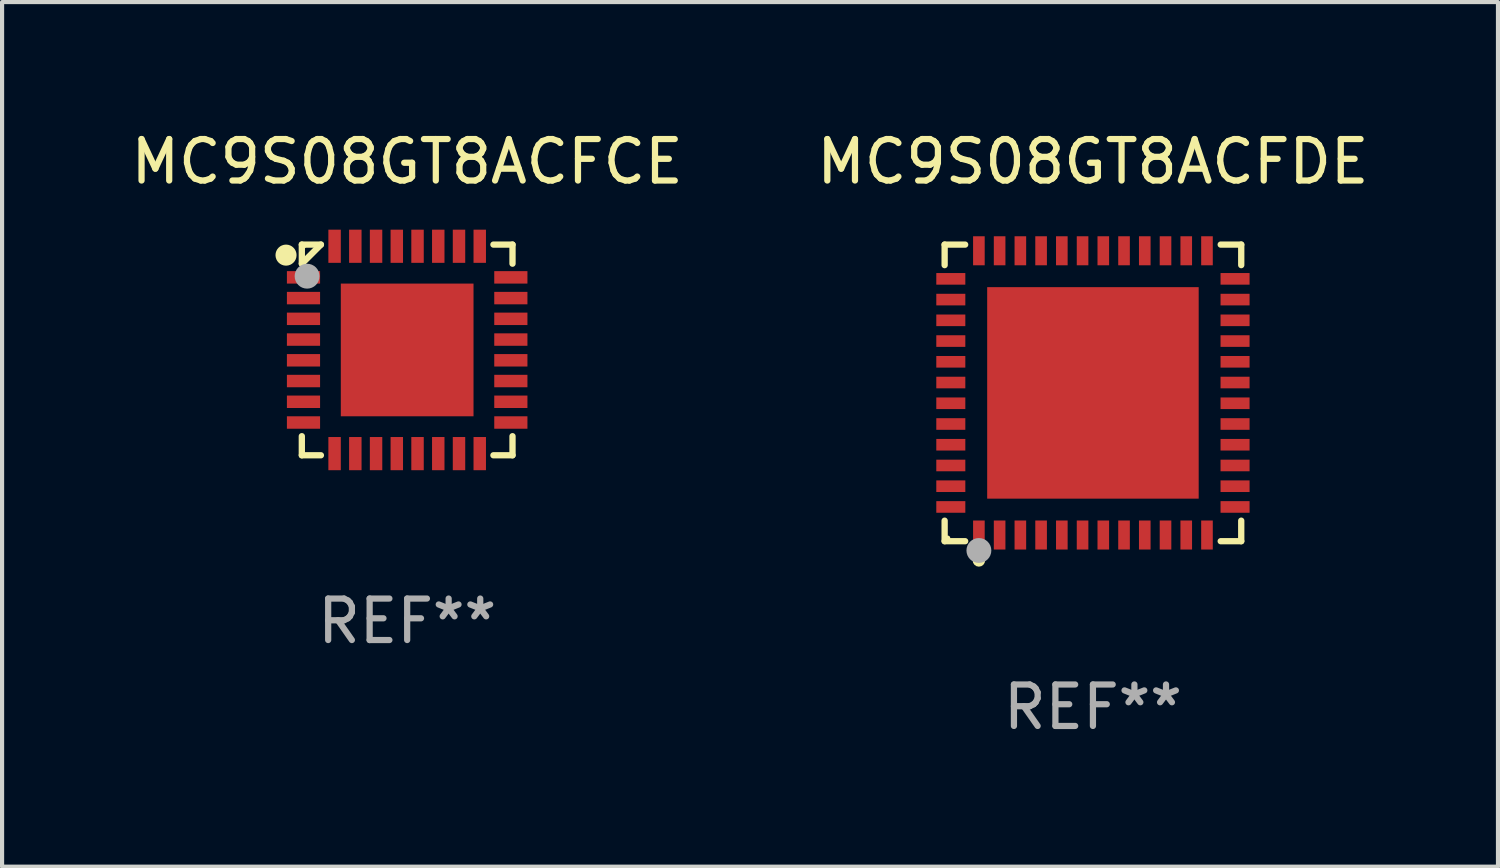
<source format=kicad_pcb>
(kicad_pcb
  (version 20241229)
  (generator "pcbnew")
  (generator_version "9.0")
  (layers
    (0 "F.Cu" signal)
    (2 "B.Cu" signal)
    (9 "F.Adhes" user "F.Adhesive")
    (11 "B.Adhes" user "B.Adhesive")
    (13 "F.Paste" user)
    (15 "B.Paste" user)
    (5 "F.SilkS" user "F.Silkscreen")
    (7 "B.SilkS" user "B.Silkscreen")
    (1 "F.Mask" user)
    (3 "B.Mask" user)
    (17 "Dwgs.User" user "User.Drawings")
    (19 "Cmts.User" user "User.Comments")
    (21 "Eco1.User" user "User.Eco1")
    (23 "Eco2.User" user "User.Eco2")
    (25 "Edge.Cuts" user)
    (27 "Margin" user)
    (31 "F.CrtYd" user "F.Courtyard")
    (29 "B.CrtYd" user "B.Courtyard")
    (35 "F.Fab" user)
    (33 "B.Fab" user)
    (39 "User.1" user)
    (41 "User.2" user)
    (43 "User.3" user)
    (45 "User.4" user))
  (footprint "MC9S08GT8ACFDE"
    (layer "F.Cu")
    (at 23.304 6.424)
    (property "Reference" "MC9S08GT8ACFDE" (at 0 -5.576 0) (layer "F.SilkS") (effects (font (size 1 1) (thickness 0.15))))
    (attr through_hole)
    (fp_line (start -3.576 -3.576) (end -3.081 -3.576) (stroke (width 0.152) (type solid)) (layer "F.SilkS"))
    (fp_line (start -3.576 -3.081) (end -3.576 -3.576) (stroke (width 0.152) (type solid)) (layer "F.SilkS"))
    (fp_line (start -3.576 3.081) (end -3.576 3.576) (stroke (width 0.152) (type solid)) (layer "F.SilkS"))
    (fp_line (start -3.576 3.576) (end -3.081 3.576) (stroke (width 0.152) (type solid)) (layer "F.SilkS"))
    (fp_line (start 3.576 -3.576) (end 3.081 -3.576) (stroke (width 0.152) (type solid)) (layer "F.SilkS"))
    (fp_line (start 3.576 -3.081) (end 3.576 -3.576) (stroke (width 0.152) (type solid)) (layer "F.SilkS"))
    (fp_line (start 3.576 3.081) (end 3.576 3.576) (stroke (width 0.152) (type solid)) (layer "F.SilkS"))
    (fp_line (start 3.576 3.576) (end 3.081 3.576) (stroke (width 0.152) (type solid)) (layer "F.SilkS"))
    (fp_circle (center -3.5 3.5) (end -3.47 3.5) (stroke (width 0.06) (type solid)) (fill no) (layer "F.SilkS"))
    (fp_circle (center -2.75 4.04) (end -2.675 4.04) (stroke (width 0.15) (type solid)) (fill no) (layer "F.SilkS"))
    (fp_circle (center -2.75 3.8) (end -2.6 3.8) (stroke (width 0.3) (type solid)) (fill no) (layer "F.Fab"))
    (fp_text user "REF**" (at 0 7.576 0) (layer "F.Fab") (effects (font (size 1 1) (thickness 0.15))))
    (pad "1" smd rect (at -2.75 3.427) (size 0.28 0.7) (layers "F.Cu" "F.Mask" "F.Paste"))
    (pad "2" smd rect (at -2.25 3.427) (size 0.28 0.7) (layers "F.Cu" "F.Mask" "F.Paste"))
    (pad "3" smd rect (at -1.75 3.427) (size 0.28 0.7) (layers "F.Cu" "F.Mask" "F.Paste"))
    (pad "4" smd rect (at -1.25 3.427) (size 0.28 0.7) (layers "F.Cu" "F.Mask" "F.Paste"))
    (pad "5" smd rect (at -0.75 3.427) (size 0.28 0.7) (layers "F.Cu" "F.Mask" "F.Paste"))
    (pad "6" smd rect (at -0.25 3.427) (size 0.28 0.7) (layers "F.Cu" "F.Mask" "F.Paste"))
    (pad "7" smd rect (at 0.25 3.427) (size 0.28 0.7) (layers "F.Cu" "F.Mask" "F.Paste"))
    (pad "8" smd rect (at 0.75 3.427) (size 0.28 0.7) (layers "F.Cu" "F.Mask" "F.Paste"))
    (pad "9" smd rect (at 1.25 3.427) (size 0.28 0.7) (layers "F.Cu" "F.Mask" "F.Paste"))
    (pad "10" smd rect (at 1.75 3.427) (size 0.28 0.7) (layers "F.Cu" "F.Mask" "F.Paste"))
    (pad "11" smd rect (at 2.25 3.427) (size 0.28 0.7) (layers "F.Cu" "F.Mask" "F.Paste"))
    (pad "12" smd rect (at 2.75 3.427) (size 0.28 0.7) (layers "F.Cu" "F.Mask" "F.Paste"))
    (pad "13" smd rect (at 3.427 2.75) (size 0.7 0.28) (layers "F.Cu" "F.Mask" "F.Paste"))
    (pad "14" smd rect (at 3.427 2.25) (size 0.7 0.28) (layers "F.Cu" "F.Mask" "F.Paste"))
    (pad "15" smd rect (at 3.427 1.75) (size 0.7 0.28) (layers "F.Cu" "F.Mask" "F.Paste"))
    (pad "16" smd rect (at 3.427 1.25) (size 0.7 0.28) (layers "F.Cu" "F.Mask" "F.Paste"))
    (pad "17" smd rect (at 3.427 0.75) (size 0.7 0.28) (layers "F.Cu" "F.Mask" "F.Paste"))
    (pad "18" smd rect (at 3.427 0.25) (size 0.7 0.28) (layers "F.Cu" "F.Mask" "F.Paste"))
    (pad "19" smd rect (at 3.427 -0.25) (size 0.7 0.28) (layers "F.Cu" "F.Mask" "F.Paste"))
    (pad "20" smd rect (at 3.427 -0.75) (size 0.7 0.28) (layers "F.Cu" "F.Mask" "F.Paste"))
    (pad "21" smd rect (at 3.427 -1.25) (size 0.7 0.28) (layers "F.Cu" "F.Mask" "F.Paste"))
    (pad "22" smd rect (at 3.427 -1.75) (size 0.7 0.28) (layers "F.Cu" "F.Mask" "F.Paste"))
    (pad "23" smd rect (at 3.427 -2.25) (size 0.7 0.28) (layers "F.Cu" "F.Mask" "F.Paste"))
    (pad "24" smd rect (at 3.427 -2.75) (size 0.7 0.28) (layers "F.Cu" "F.Mask" "F.Paste"))
    (pad "25" smd rect (at 2.75 -3.427) (size 0.28 0.7) (layers "F.Cu" "F.Mask" "F.Paste"))
    (pad "26" smd rect (at 2.25 -3.427) (size 0.28 0.7) (layers "F.Cu" "F.Mask" "F.Paste"))
    (pad "27" smd rect (at 1.75 -3.427) (size 0.28 0.7) (layers "F.Cu" "F.Mask" "F.Paste"))
    (pad "28" smd rect (at 1.25 -3.427) (size 0.28 0.7) (layers "F.Cu" "F.Mask" "F.Paste"))
    (pad "29" smd rect (at 0.75 -3.427) (size 0.28 0.7) (layers "F.Cu" "F.Mask" "F.Paste"))
    (pad "30" smd rect (at 0.25 -3.427) (size 0.28 0.7) (layers "F.Cu" "F.Mask" "F.Paste"))
    (pad "31" smd rect (at -0.25 -3.427) (size 0.28 0.7) (layers "F.Cu" "F.Mask" "F.Paste"))
    (pad "32" smd rect (at -0.75 -3.427) (size 0.28 0.7) (layers "F.Cu" "F.Mask" "F.Paste"))
    (pad "33" smd rect (at -1.25 -3.427) (size 0.28 0.7) (layers "F.Cu" "F.Mask" "F.Paste"))
    (pad "34" smd rect (at -1.75 -3.427) (size 0.28 0.7) (layers "F.Cu" "F.Mask" "F.Paste"))
    (pad "35" smd rect (at -2.25 -3.427) (size 0.28 0.7) (layers "F.Cu" "F.Mask" "F.Paste"))
    (pad "36" smd rect (at -2.75 -3.427) (size 0.28 0.7) (layers "F.Cu" "F.Mask" "F.Paste"))
    (pad "37" smd rect (at -3.427 -2.75) (size 0.7 0.28) (layers "F.Cu" "F.Mask" "F.Paste"))
    (pad "38" smd rect (at -3.427 -2.25) (size 0.7 0.28) (layers "F.Cu" "F.Mask" "F.Paste"))
    (pad "39" smd rect (at -3.427 -1.75) (size 0.7 0.28) (layers "F.Cu" "F.Mask" "F.Paste"))
    (pad "40" smd rect (at -3.427 -1.25) (size 0.7 0.28) (layers "F.Cu" "F.Mask" "F.Paste"))
    (pad "41" smd rect (at -3.427 -0.75) (size 0.7 0.28) (layers "F.Cu" "F.Mask" "F.Paste"))
    (pad "42" smd rect (at -3.427 -0.25) (size 0.7 0.28) (layers "F.Cu" "F.Mask" "F.Paste"))
    (pad "43" smd rect (at -3.427 0.25) (size 0.7 0.28) (layers "F.Cu" "F.Mask" "F.Paste"))
    (pad "44" smd rect (at -3.427 0.75) (size 0.7 0.28) (layers "F.Cu" "F.Mask" "F.Paste"))
    (pad "45" smd rect (at -3.427 1.25) (size 0.7 0.28) (layers "F.Cu" "F.Mask" "F.Paste"))
    (pad "46" smd rect (at -3.427 1.75) (size 0.7 0.28) (layers "F.Cu" "F.Mask" "F.Paste"))
    (pad "47" smd rect (at -3.427 2.25) (size 0.7 0.28) (layers "F.Cu" "F.Mask" "F.Paste"))
    (pad "48" smd rect (at -3.427 2.75) (size 0.7 0.28) (layers "F.Cu" "F.Mask" "F.Paste"))
    (pad "49" smd rect (at 0 0) (size 5.1 5.1) (layers "F.Cu" "F.Mask" "F.Paste")))
  (footprint "MC9S08GT8ACFCE"
    (layer "F.Cu")
    (at 6.768 5.388)
    (property "Reference" "MC9S08GT8ACFCE" (at 0 -4.54 0) (layer "F.SilkS") (effects (font (size 1 1) (thickness 0.15))))
    (attr through_hole)
    (fp_line (start -2.54 -2.54) (end -2.08 -2.54) (stroke (width 0.152) (type solid)) (layer "F.SilkS"))
    (fp_line (start -2.54 -2.08) (end -2.54 -2.54) (stroke (width 0.152) (type solid)) (layer "F.SilkS"))
    (fp_line (start -2.54 -2.08) (end -2.08 -2.54) (stroke (width 0.152) (type solid)) (layer "F.SilkS"))
    (fp_line (start -2.54 2.54) (end -2.54 2.08) (stroke (width 0.152) (type solid)) (layer "F.SilkS"))
    (fp_line (start -2.08 2.54) (end -2.54 2.54) (stroke (width 0.152) (type solid)) (layer "F.SilkS"))
    (fp_line (start 2.08 -2.54) (end 2.54 -2.54) (stroke (width 0.152) (type solid)) (layer "F.SilkS"))
    (fp_line (start 2.54 -2.54) (end 2.54 -2.08) (stroke (width 0.152) (type solid)) (layer "F.SilkS"))
    (fp_line (start 2.54 2.08) (end 2.54 2.54) (stroke (width 0.152) (type solid)) (layer "F.SilkS"))
    (fp_line (start 2.54 2.54) (end 2.08 2.54) (stroke (width 0.152) (type solid)) (layer "F.SilkS"))
    (fp_circle (center -2.921 -2.286) (end -2.794 -2.286) (stroke (width 0.254) (type solid)) (fill no) (layer "F.SilkS"))
    (fp_circle (center -2.5 -2.5) (end -2.47 -2.5) (stroke (width 0.06) (type solid)) (fill no) (layer "F.SilkS"))
    (fp_circle (center -2.413 -1.778) (end -2.263 -1.778) (stroke (width 0.3) (type solid)) (fill no) (layer "F.Fab"))
    (fp_text user "REF**" (at 0 6.54 0) (layer "F.Fab") (effects (font (size 1 1) (thickness 0.15))))
    (pad "1" smd rect (at -2.5 -1.75 90) (size 0.3 0.8) (layers "F.Cu" "F.Mask" "F.Paste"))
    (pad "2" smd rect (at -2.5 -1.25 90) (size 0.3 0.8) (layers "F.Cu" "F.Mask" "F.Paste"))
    (pad "3" smd rect (at -2.5 -0.75 90) (size 0.3 0.8) (layers "F.Cu" "F.Mask" "F.Paste"))
    (pad "4" smd rect (at -2.5 -0.25 90) (size 0.3 0.8) (layers "F.Cu" "F.Mask" "F.Paste"))
    (pad "5" smd rect (at -2.5 0.25 90) (size 0.3 0.8) (layers "F.Cu" "F.Mask" "F.Paste"))
    (pad "6" smd rect (at -2.5 0.75 90) (size 0.3 0.8) (layers "F.Cu" "F.Mask" "F.Paste"))
    (pad "7" smd rect (at -2.5 1.25 90) (size 0.3 0.8) (layers "F.Cu" "F.Mask" "F.Paste"))
    (pad "8" smd rect (at -2.5 1.75 90) (size 0.3 0.8) (layers "F.Cu" "F.Mask" "F.Paste"))
    (pad "9" smd rect (at -1.75 2.5 180) (size 0.3 0.8) (layers "F.Cu" "F.Mask" "F.Paste"))
    (pad "10" smd rect (at -1.25 2.5 180) (size 0.3 0.8) (layers "F.Cu" "F.Mask" "F.Paste"))
    (pad "11" smd rect (at -0.75 2.5 180) (size 0.3 0.8) (layers "F.Cu" "F.Mask" "F.Paste"))
    (pad "12" smd rect (at -0.25 2.5 180) (size 0.3 0.8) (layers "F.Cu" "F.Mask" "F.Paste"))
    (pad "13" smd rect (at 0.25 2.5 180) (size 0.3 0.8) (layers "F.Cu" "F.Mask" "F.Paste"))
    (pad "14" smd rect (at 0.75 2.5 180) (size 0.3 0.8) (layers "F.Cu" "F.Mask" "F.Paste"))
    (pad "15" smd rect (at 1.25 2.5 180) (size 0.3 0.8) (layers "F.Cu" "F.Mask" "F.Paste"))
    (pad "16" smd rect (at 1.75 2.5 180) (size 0.3 0.8) (layers "F.Cu" "F.Mask" "F.Paste"))
    (pad "17" smd rect (at 2.5 1.75 270) (size 0.3 0.8) (layers "F.Cu" "F.Mask" "F.Paste"))
    (pad "18" smd rect (at 2.5 1.25 270) (size 0.3 0.8) (layers "F.Cu" "F.Mask" "F.Paste"))
    (pad "19" smd rect (at 2.5 0.75 270) (size 0.3 0.8) (layers "F.Cu" "F.Mask" "F.Paste"))
    (pad "20" smd rect (at 2.5 0.25 270) (size 0.3 0.8) (layers "F.Cu" "F.Mask" "F.Paste"))
    (pad "21" smd rect (at 2.5 -0.25 270) (size 0.3 0.8) (layers "F.Cu" "F.Mask" "F.Paste"))
    (pad "22" smd rect (at 2.5 -0.75 270) (size 0.3 0.8) (layers "F.Cu" "F.Mask" "F.Paste"))
    (pad "23" smd rect (at 2.5 -1.25 270) (size 0.3 0.8) (layers "F.Cu" "F.Mask" "F.Paste"))
    (pad "24" smd rect (at 2.5 -1.75 270) (size 0.3 0.8) (layers "F.Cu" "F.Mask" "F.Paste"))
    (pad "25" smd rect (at 1.75 -2.5) (size 0.3 0.8) (layers "F.Cu" "F.Mask" "F.Paste"))
    (pad "26" smd rect (at 1.25 -2.5) (size 0.3 0.8) (layers "F.Cu" "F.Mask" "F.Paste"))
    (pad "27" smd rect (at 0.75 -2.5) (size 0.3 0.8) (layers "F.Cu" "F.Mask" "F.Paste"))
    (pad "28" smd rect (at 0.25 -2.5) (size 0.3 0.8) (layers "F.Cu" "F.Mask" "F.Paste"))
    (pad "29" smd rect (at -0.25 -2.5) (size 0.3 0.8) (layers "F.Cu" "F.Mask" "F.Paste"))
    (pad "30" smd rect (at -0.75 -2.5) (size 0.3 0.8) (layers "F.Cu" "F.Mask" "F.Paste"))
    (pad "31" smd rect (at -1.25 -2.5) (size 0.3 0.8) (layers "F.Cu" "F.Mask" "F.Paste"))
    (pad "32" smd rect (at -1.75 -2.5) (size 0.3 0.8) (layers "F.Cu" "F.Mask" "F.Paste"))
    (pad "33" smd rect (at 0 0 90) (size 3.2 3.2) (layers "F.Cu" "F.Mask" "F.Paste")))
  (gr_rect
    (start -3 -3)
    (end 33.071 17.849)
    (stroke (width 0.1) (type default))
    (fill no)
    (layer "Edge.Cuts")))
</source>
